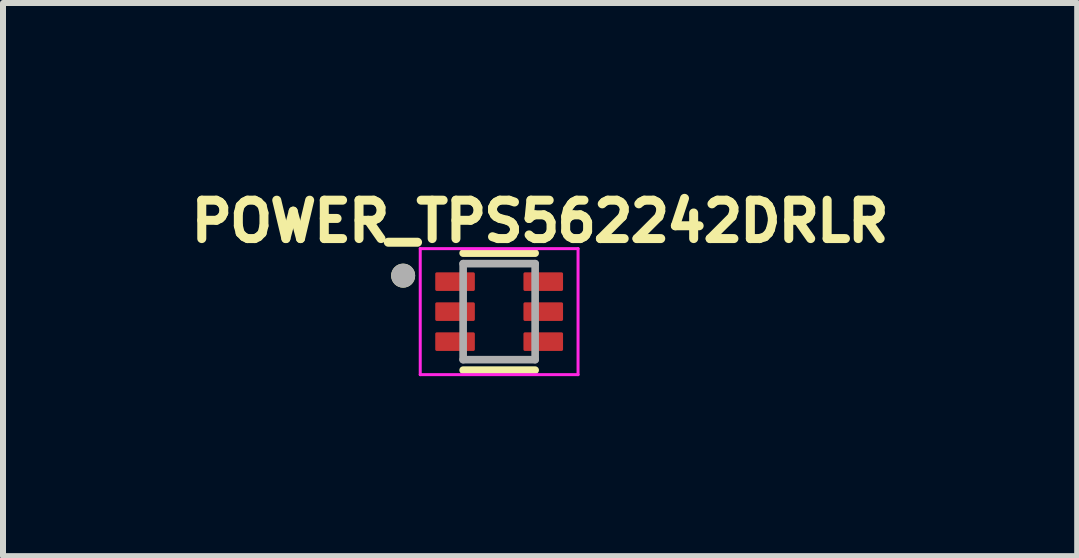
<source format=kicad_pcb>
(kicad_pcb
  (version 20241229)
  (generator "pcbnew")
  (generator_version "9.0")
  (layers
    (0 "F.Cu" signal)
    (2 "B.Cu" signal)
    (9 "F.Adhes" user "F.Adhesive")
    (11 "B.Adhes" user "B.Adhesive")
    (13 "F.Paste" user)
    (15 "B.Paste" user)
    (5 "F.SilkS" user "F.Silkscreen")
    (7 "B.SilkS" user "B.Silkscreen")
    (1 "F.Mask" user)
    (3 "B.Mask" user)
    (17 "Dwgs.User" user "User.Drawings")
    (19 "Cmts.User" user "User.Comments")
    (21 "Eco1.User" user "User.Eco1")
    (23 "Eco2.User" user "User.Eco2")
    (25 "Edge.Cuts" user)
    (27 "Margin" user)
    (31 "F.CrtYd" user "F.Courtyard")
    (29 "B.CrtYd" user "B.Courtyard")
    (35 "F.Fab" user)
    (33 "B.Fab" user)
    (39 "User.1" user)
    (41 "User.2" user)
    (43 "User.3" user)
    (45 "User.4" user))
  (footprint "POWER_TPS562242DRLR"
    (layer "F.Cu")
    (at 5.269 2.144)
    (property "Reference" "POWER_TPS562242DRLR" (at 0.682 -1.506 0) (layer "F.SilkS") (effects (font (size 0.64 0.64) (thickness 0.15))))
    (attr smd)
    (fp_line (start -0.6 -0.975) (end 0.6 -0.975) (stroke (width 0.127) (type solid)) (layer "F.SilkS"))
    (fp_line (start -0.6 0.975) (end 0.6 0.975) (stroke (width 0.127) (type solid)) (layer "F.SilkS"))
    (fp_circle (center -1.6 -0.6) (end -1.5 -0.6) (stroke (width 0.2) (type solid)) (fill no) (layer "F.SilkS"))
    (fp_line (start -1.315 -1.05) (end 1.315 -1.05) (stroke (width 0.05) (type solid)) (layer "F.CrtYd"))
    (fp_line (start -1.315 1.05) (end -1.315 -1.05) (stroke (width 0.05) (type solid)) (layer "F.CrtYd"))
    (fp_line (start 1.315 -1.05) (end 1.315 1.05) (stroke (width 0.05) (type solid)) (layer "F.CrtYd"))
    (fp_line (start 1.315 1.05) (end -1.315 1.05) (stroke (width 0.05) (type solid)) (layer "F.CrtYd"))
    (fp_line (start -0.6 -0.8) (end 0.6 -0.8) (stroke (width 0.127) (type solid)) (layer "F.Fab"))
    (fp_line (start -0.6 0.8) (end -0.6 -0.8) (stroke (width 0.127) (type solid)) (layer "F.Fab"))
    (fp_line (start 0.6 -0.8) (end 0.6 0.8) (stroke (width 0.127) (type solid)) (layer "F.Fab"))
    (fp_line (start 0.6 0.8) (end -0.6 0.8) (stroke (width 0.127) (type solid)) (layer "F.Fab"))
    (fp_circle (center -1.6 -0.6) (end -1.5 -0.6) (stroke (width 0.2) (type solid)) (fill no) (layer "F.Fab"))
    (pad "1" smd roundrect (at -0.735 -0.5) (size 0.66 0.31) (layers "F.Cu" "F.Mask" "F.Paste") (roundrect_rratio 0.08))
    (pad "2" smd roundrect (at -0.735 0) (size 0.66 0.31) (layers "F.Cu" "F.Mask" "F.Paste") (roundrect_rratio 0.08))
    (pad "3" smd roundrect (at -0.735 0.5) (size 0.66 0.31) (layers "F.Cu" "F.Mask" "F.Paste") (roundrect_rratio 0.08))
    (pad "4" smd roundrect (at 0.735 0.5) (size 0.66 0.31) (layers "F.Cu" "F.Mask" "F.Paste") (roundrect_rratio 0.08))
    (pad "5" smd roundrect (at 0.735 0) (size 0.66 0.31) (layers "F.Cu" "F.Mask" "F.Paste") (roundrect_rratio 0.08))
    (pad "6" smd roundrect (at 0.735 -0.5) (size 0.66 0.31) (layers "F.Cu" "F.Mask" "F.Paste") (roundrect_rratio 0.08)))
  (gr_rect
    (start -3 -3)
    (end 14.903 6.219)
    (stroke (width 0.1) (type default))
    (fill no)
    (layer "Edge.Cuts")))
</source>
